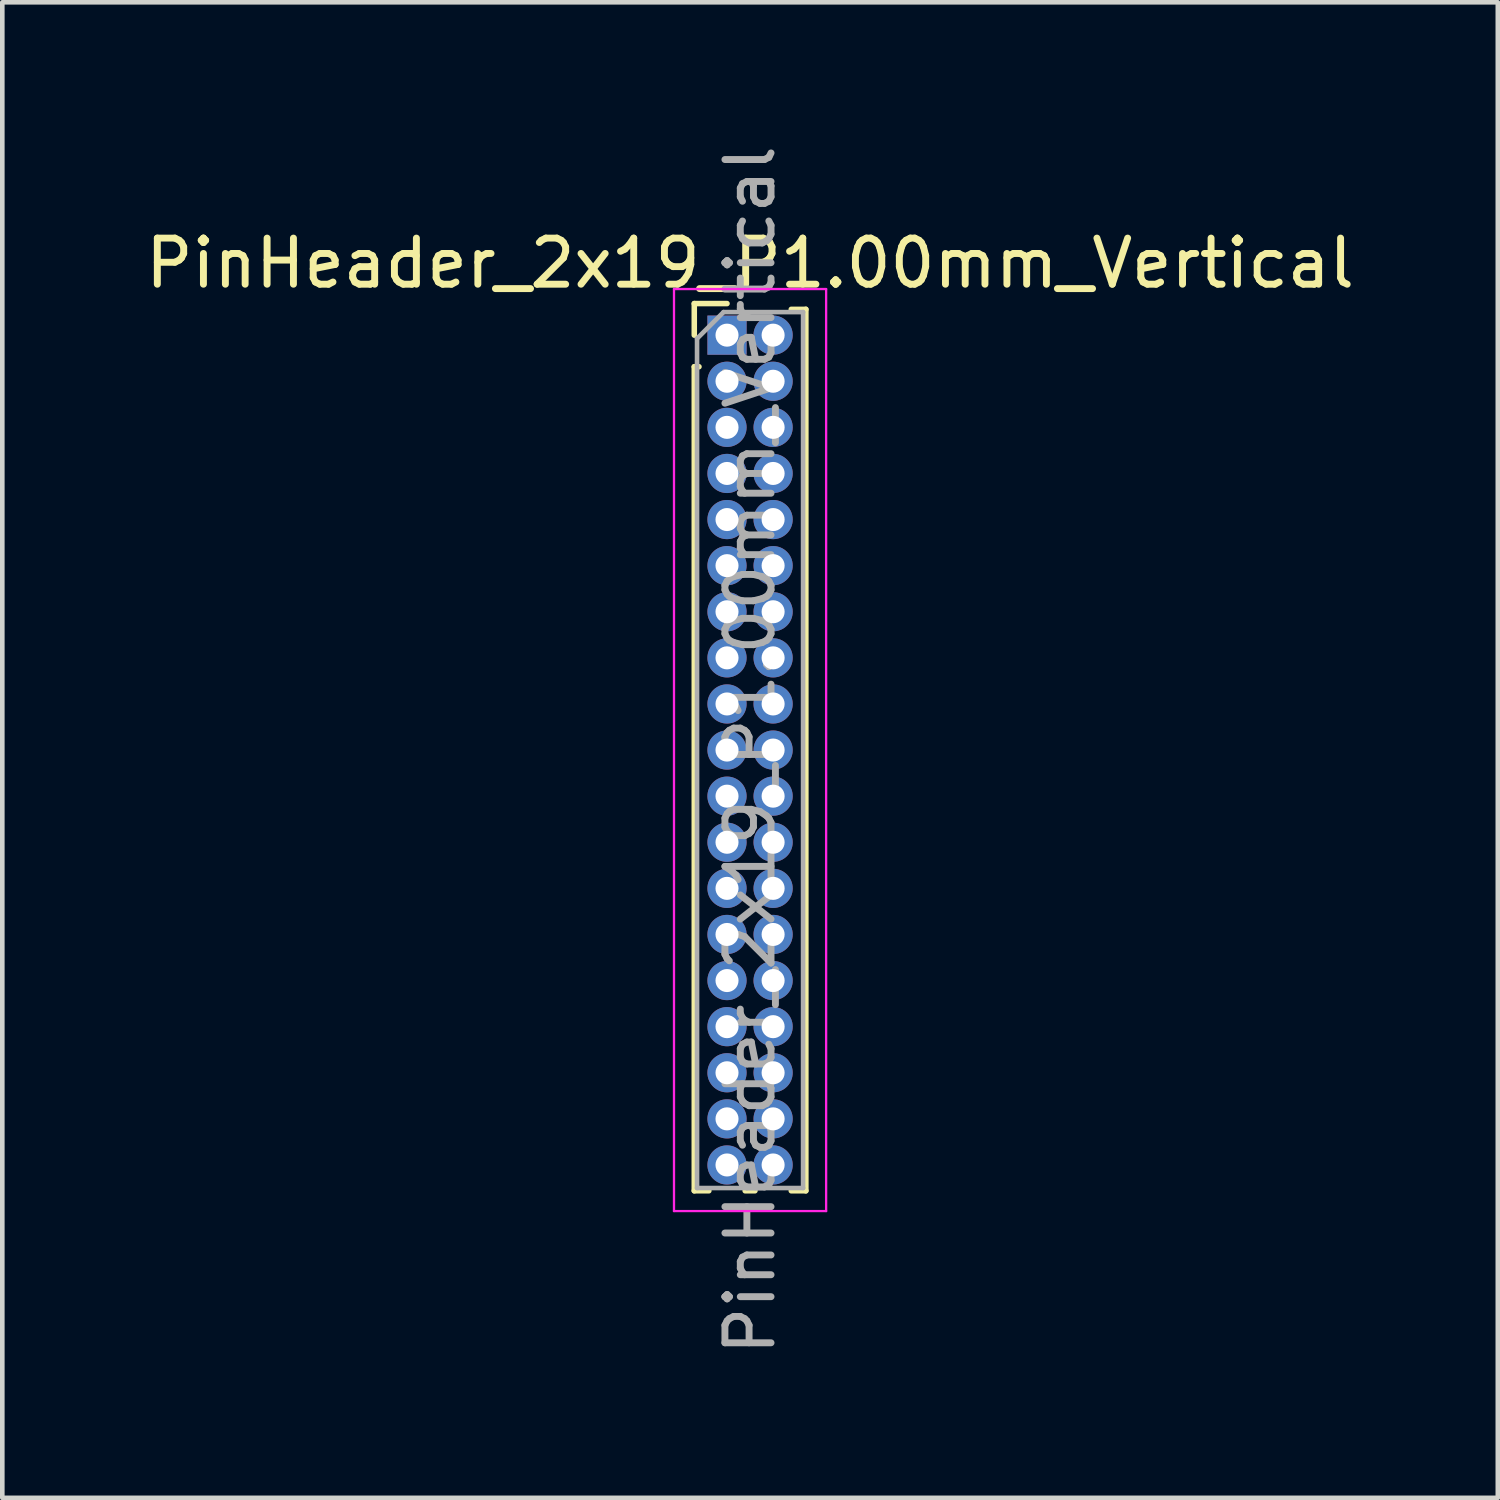
<source format=kicad_pcb>
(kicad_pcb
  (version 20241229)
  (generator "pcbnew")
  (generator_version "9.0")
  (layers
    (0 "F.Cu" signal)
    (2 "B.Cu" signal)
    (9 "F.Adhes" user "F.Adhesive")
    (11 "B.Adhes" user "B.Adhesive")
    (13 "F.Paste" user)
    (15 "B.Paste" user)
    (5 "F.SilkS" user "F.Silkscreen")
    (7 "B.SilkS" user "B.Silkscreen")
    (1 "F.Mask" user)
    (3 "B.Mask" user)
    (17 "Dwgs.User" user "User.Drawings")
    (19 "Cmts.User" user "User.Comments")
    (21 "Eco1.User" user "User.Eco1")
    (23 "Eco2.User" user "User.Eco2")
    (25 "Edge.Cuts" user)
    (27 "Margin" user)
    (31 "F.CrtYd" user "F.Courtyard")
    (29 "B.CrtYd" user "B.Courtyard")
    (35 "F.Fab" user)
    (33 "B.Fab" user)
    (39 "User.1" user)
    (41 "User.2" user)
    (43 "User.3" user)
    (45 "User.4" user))
  (footprint "PinHeader_2x19_P1.00mm_Vertical"
    (layer "F.Cu")
    (at 12.72 4.22)
    (property "Reference" "PinHeader_2x19_P1.00mm_Vertical" (at 0.5 -1.56 0) (layer "F.SilkS") (effects (font (size 1 1) (thickness 0.15))))
    (attr through_hole)
    (fp_line (start -0.71 -0.685) (end 0 -0.685) (stroke (width 0.12) (type solid)) (layer "F.SilkS"))
    (fp_line (start -0.71 0) (end -0.71 -0.685) (stroke (width 0.12) (type solid)) (layer "F.SilkS"))
    (fp_line (start -0.71 0.685) (end -0.71 18.56) (stroke (width 0.12) (type solid)) (layer "F.SilkS"))
    (fp_line (start -0.71 0.685) (end -0.608 0.685) (stroke (width 0.12) (type solid)) (layer "F.SilkS"))
    (fp_line (start -0.71 18.56) (end -0.394 18.56) (stroke (width 0.12) (type solid)) (layer "F.SilkS"))
    (fp_line (start 0.394 18.56) (end 0.606 18.56) (stroke (width 0.12) (type solid)) (layer "F.SilkS"))
    (fp_line (start 1.394 -0.56) (end 1.71 -0.56) (stroke (width 0.12) (type solid)) (layer "F.SilkS"))
    (fp_line (start 1.394 18.56) (end 1.71 18.56) (stroke (width 0.12) (type solid)) (layer "F.SilkS"))
    (fp_line (start 1.71 -0.56) (end 1.71 18.56) (stroke (width 0.12) (type solid)) (layer "F.SilkS"))
    (fp_line (start -1.15 -1) (end -1.15 19) (stroke (width 0.05) (type solid)) (layer "F.CrtYd"))
    (fp_line (start -1.15 19) (end 2.15 19) (stroke (width 0.05) (type solid)) (layer "F.CrtYd"))
    (fp_line (start 2.15 -1) (end -1.15 -1) (stroke (width 0.05) (type solid)) (layer "F.CrtYd"))
    (fp_line (start 2.15 19) (end 2.15 -1) (stroke (width 0.05) (type solid)) (layer "F.CrtYd"))
    (fp_line (start -0.65 0.075) (end -0.075 -0.5) (stroke (width 0.1) (type solid)) (layer "F.Fab"))
    (fp_line (start -0.65 18.5) (end -0.65 0.075) (stroke (width 0.1) (type solid)) (layer "F.Fab"))
    (fp_line (start -0.075 -0.5) (end 1.65 -0.5) (stroke (width 0.1) (type solid)) (layer "F.Fab"))
    (fp_line (start 1.65 -0.5) (end 1.65 18.5) (stroke (width 0.1) (type solid)) (layer "F.Fab"))
    (fp_line (start 1.65 18.5) (end -0.65 18.5) (stroke (width 0.1) (type solid)) (layer "F.Fab"))
    (fp_text user "${REFERENCE}" (at 0.5 9 90) (layer "F.Fab") (effects (font (size 1 1) (thickness 0.15))))
    (pad "1" thru_hole rect (at 0 0) (size 0.85 0.85) (drill 0.5) (layers "*.Cu" "*.Mask"))
    (pad "2" thru_hole oval (at 1 0) (size 0.85 0.85) (drill 0.5) (layers "*.Cu" "*.Mask"))
    (pad "3" thru_hole oval (at 0 1) (size 0.85 0.85) (drill 0.5) (layers "*.Cu" "*.Mask"))
    (pad "4" thru_hole oval (at 1 1) (size 0.85 0.85) (drill 0.5) (layers "*.Cu" "*.Mask"))
    (pad "5" thru_hole oval (at 0 2) (size 0.85 0.85) (drill 0.5) (layers "*.Cu" "*.Mask"))
    (pad "6" thru_hole oval (at 1 2) (size 0.85 0.85) (drill 0.5) (layers "*.Cu" "*.Mask"))
    (pad "7" thru_hole oval (at 0 3) (size 0.85 0.85) (drill 0.5) (layers "*.Cu" "*.Mask"))
    (pad "8" thru_hole oval (at 1 3) (size 0.85 0.85) (drill 0.5) (layers "*.Cu" "*.Mask"))
    (pad "9" thru_hole oval (at 0 4) (size 0.85 0.85) (drill 0.5) (layers "*.Cu" "*.Mask"))
    (pad "10" thru_hole oval (at 1 4) (size 0.85 0.85) (drill 0.5) (layers "*.Cu" "*.Mask"))
    (pad "11" thru_hole oval (at 0 5) (size 0.85 0.85) (drill 0.5) (layers "*.Cu" "*.Mask"))
    (pad "12" thru_hole oval (at 1 5) (size 0.85 0.85) (drill 0.5) (layers "*.Cu" "*.Mask"))
    (pad "13" thru_hole oval (at 0 6) (size 0.85 0.85) (drill 0.5) (layers "*.Cu" "*.Mask"))
    (pad "14" thru_hole oval (at 1 6) (size 0.85 0.85) (drill 0.5) (layers "*.Cu" "*.Mask"))
    (pad "15" thru_hole oval (at 0 7) (size 0.85 0.85) (drill 0.5) (layers "*.Cu" "*.Mask"))
    (pad "16" thru_hole oval (at 1 7) (size 0.85 0.85) (drill 0.5) (layers "*.Cu" "*.Mask"))
    (pad "17" thru_hole oval (at 0 8) (size 0.85 0.85) (drill 0.5) (layers "*.Cu" "*.Mask"))
    (pad "18" thru_hole oval (at 1 8) (size 0.85 0.85) (drill 0.5) (layers "*.Cu" "*.Mask"))
    (pad "19" thru_hole oval (at 0 9) (size 0.85 0.85) (drill 0.5) (layers "*.Cu" "*.Mask"))
    (pad "20" thru_hole oval (at 1 9) (size 0.85 0.85) (drill 0.5) (layers "*.Cu" "*.Mask"))
    (pad "21" thru_hole oval (at 0 10) (size 0.85 0.85) (drill 0.5) (layers "*.Cu" "*.Mask"))
    (pad "22" thru_hole oval (at 1 10) (size 0.85 0.85) (drill 0.5) (layers "*.Cu" "*.Mask"))
    (pad "23" thru_hole oval (at 0 11) (size 0.85 0.85) (drill 0.5) (layers "*.Cu" "*.Mask"))
    (pad "24" thru_hole oval (at 1 11) (size 0.85 0.85) (drill 0.5) (layers "*.Cu" "*.Mask"))
    (pad "25" thru_hole oval (at 0 12) (size 0.85 0.85) (drill 0.5) (layers "*.Cu" "*.Mask"))
    (pad "26" thru_hole oval (at 1 12) (size 0.85 0.85) (drill 0.5) (layers "*.Cu" "*.Mask"))
    (pad "27" thru_hole oval (at 0 13) (size 0.85 0.85) (drill 0.5) (layers "*.Cu" "*.Mask"))
    (pad "28" thru_hole oval (at 1 13) (size 0.85 0.85) (drill 0.5) (layers "*.Cu" "*.Mask"))
    (pad "29" thru_hole oval (at 0 14) (size 0.85 0.85) (drill 0.5) (layers "*.Cu" "*.Mask"))
    (pad "30" thru_hole oval (at 1 14) (size 0.85 0.85) (drill 0.5) (layers "*.Cu" "*.Mask"))
    (pad "31" thru_hole oval (at 0 15) (size 0.85 0.85) (drill 0.5) (layers "*.Cu" "*.Mask"))
    (pad "32" thru_hole oval (at 1 15) (size 0.85 0.85) (drill 0.5) (layers "*.Cu" "*.Mask"))
    (pad "33" thru_hole oval (at 0 16) (size 0.85 0.85) (drill 0.5) (layers "*.Cu" "*.Mask"))
    (pad "34" thru_hole oval (at 1 16) (size 0.85 0.85) (drill 0.5) (layers "*.Cu" "*.Mask"))
    (pad "35" thru_hole oval (at 0 17) (size 0.85 0.85) (drill 0.5) (layers "*.Cu" "*.Mask"))
    (pad "36" thru_hole oval (at 1 17) (size 0.85 0.85) (drill 0.5) (layers "*.Cu" "*.Mask"))
    (pad "37" thru_hole oval (at 0 18) (size 0.85 0.85) (drill 0.5) (layers "*.Cu" "*.Mask"))
    (pad "38" thru_hole oval (at 1 18) (size 0.85 0.85) (drill 0.5) (layers "*.Cu" "*.Mask")))
  (gr_rect
    (start -3 -3)
    (end 29.44 29.44)
    (stroke (width 0.1) (type default))
    (fill no)
    (layer "Edge.Cuts")))
</source>
